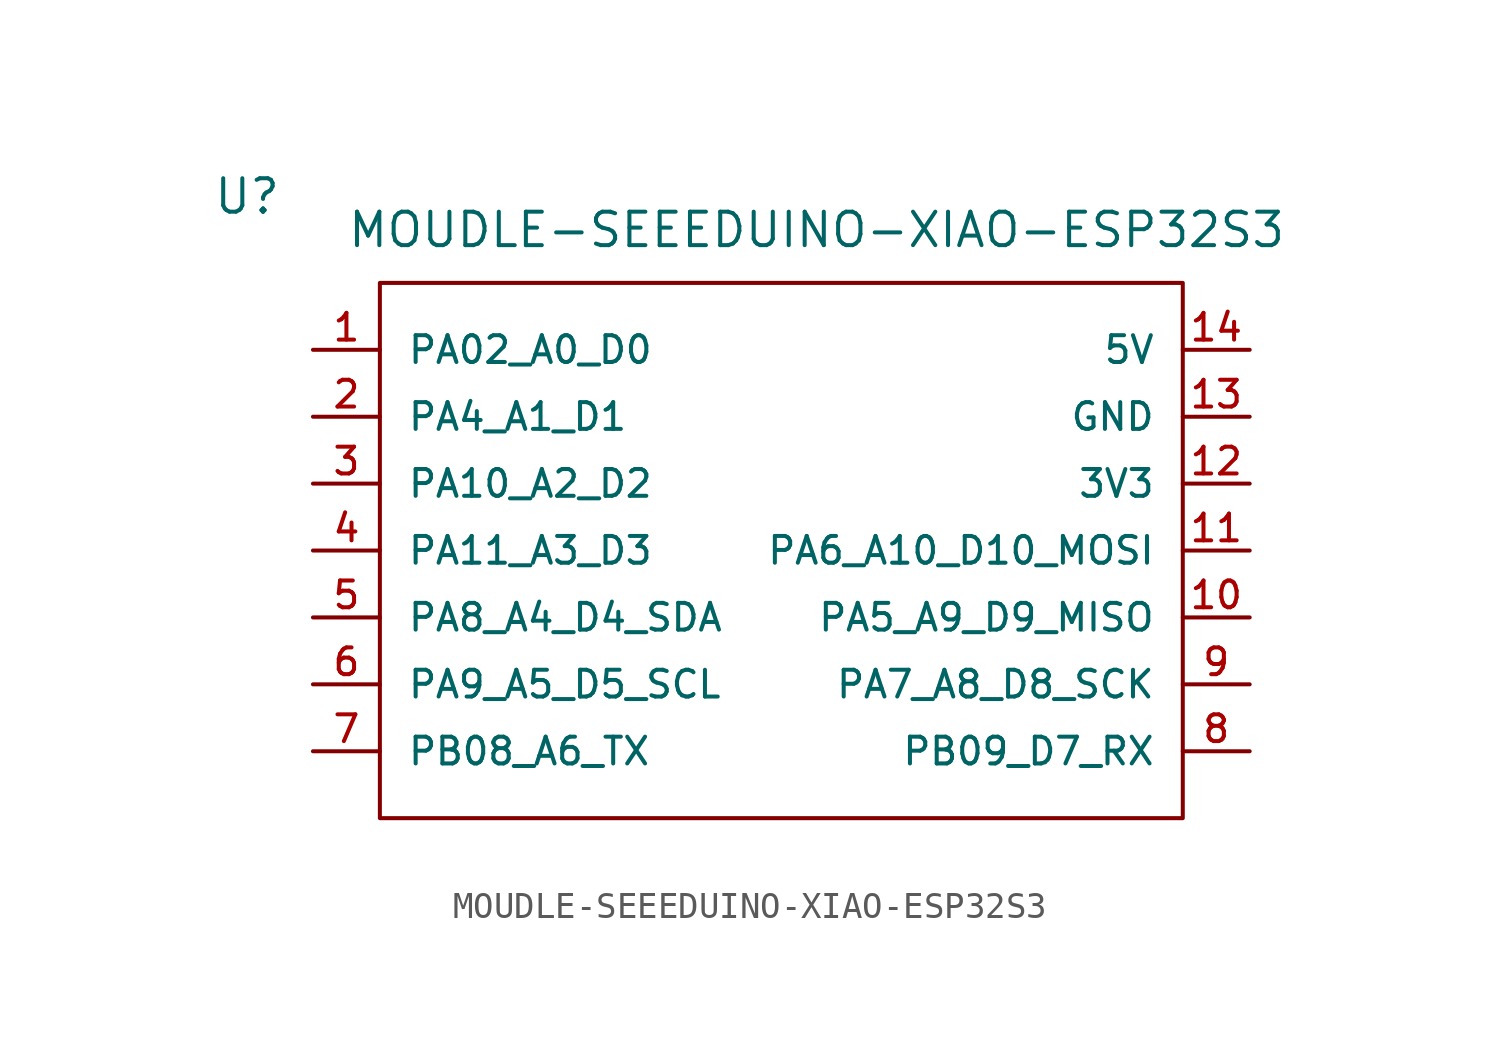
<source format=kicad_sym>
(kicad_symbol_lib
  (version 20220914)
  (generator kicad_symbol_editor)
  (symbol "MOUDLE-SEEEDUINO-XIAO-ESP32S3"
    (pin_names
      (offset 1.016))
    (property "Reference" "U"
      (at -21.59 12.7 0)
      (effects (font (size 1.27 1.27)) (justify left bottom)))
    (property "Value" "MOUDLE-SEEEDUINO-XIAO-ESP32S3"
      (at -16.51 11.43 0)
      (effects (font (size 1.27 1.27)) (justify left bottom)))
    (symbol "MOUDLE-SEEEDUINO-XIAO-ESP32S3_0_0"
      (pin bidirectional line (at -17.78 7.62 0) (length 2.54) (name "PA02_A0_D0" (effects (font (size 1.016 1.016)))) (number "1" (effects (font (size 1.016 1.016)))))
      (pin bidirectional line (at 17.78 -2.54 180) (length 2.54) (name "PA5_A9_D9_MISO" (effects (font (size 1.016 1.016)))) (number "10" (effects (font (size 1.016 1.016)))))
      (pin bidirectional line (at 17.78 0 180) (length 2.54) (name "PA6_A10_D10_MOSI" (effects (font (size 1.016 1.016)))) (number "11" (effects (font (size 1.016 1.016)))))
      (pin bidirectional line (at 17.78 2.54 180) (length 2.54) (name "3V3" (effects (font (size 1.016 1.016)))) (number "12" (effects (font (size 1.016 1.016)))))
      (pin bidirectional line (at 17.78 5.08 180) (length 2.54) (name "GND" (effects (font (size 1.016 1.016)))) (number "13" (effects (font (size 1.016 1.016)))))
      (pin bidirectional line (at 17.78 7.62 180) (length 2.54) (name "5V" (effects (font (size 1.016 1.016)))) (number "14" (effects (font (size 1.016 1.016)))))
      (pin bidirectional line (at -17.78 5.08 0) (length 2.54) (name "PA4_A1_D1" (effects (font (size 1.016 1.016)))) (number "2" (effects (font (size 1.016 1.016)))))
      (pin bidirectional line (at -17.78 2.54 0) (length 2.54) (name "PA10_A2_D2" (effects (font (size 1.016 1.016)))) (number "3" (effects (font (size 1.016 1.016)))))
      (pin bidirectional line (at -17.78 0 0) (length 2.54) (name "PA11_A3_D3" (effects (font (size 1.016 1.016)))) (number "4" (effects (font (size 1.016 1.016)))))
      (pin bidirectional line (at -17.78 -2.54 0) (length 2.54) (name "PA8_A4_D4_SDA" (effects (font (size 1.016 1.016)))) (number "5" (effects (font (size 1.016 1.016)))))
      (pin bidirectional line (at -17.78 -5.08 0) (length 2.54) (name "PA9_A5_D5_SCL" (effects (font (size 1.016 1.016)))) (number "6" (effects (font (size 1.016 1.016)))))
      (pin bidirectional line (at -17.78 -7.62 0) (length 2.54) (name "PB08_A6_TX" (effects (font (size 1.016 1.016)))) (number "7" (effects (font (size 1.016 1.016)))))
      (pin bidirectional line (at 17.78 -7.62 180) (length 2.54) (name "PB09_D7_RX" (effects (font (size 1.016 1.016)))) (number "8" (effects (font (size 1.016 1.016)))))
      (pin bidirectional line (at 17.78 -5.08 180) (length 2.54) (name "PA7_A8_D8_SCK" (effects (font (size 1.016 1.016)))) (number "9" (effects (font (size 1.016 1.016))))))
    (symbol "MOUDLE-SEEEDUINO-XIAO-ESP32S3_0_1"
      (rectangle (start -15.24 10.16) (end 15.24 -10.16) (stroke (width 0) (type default)) (fill (type none))))))
</source>
